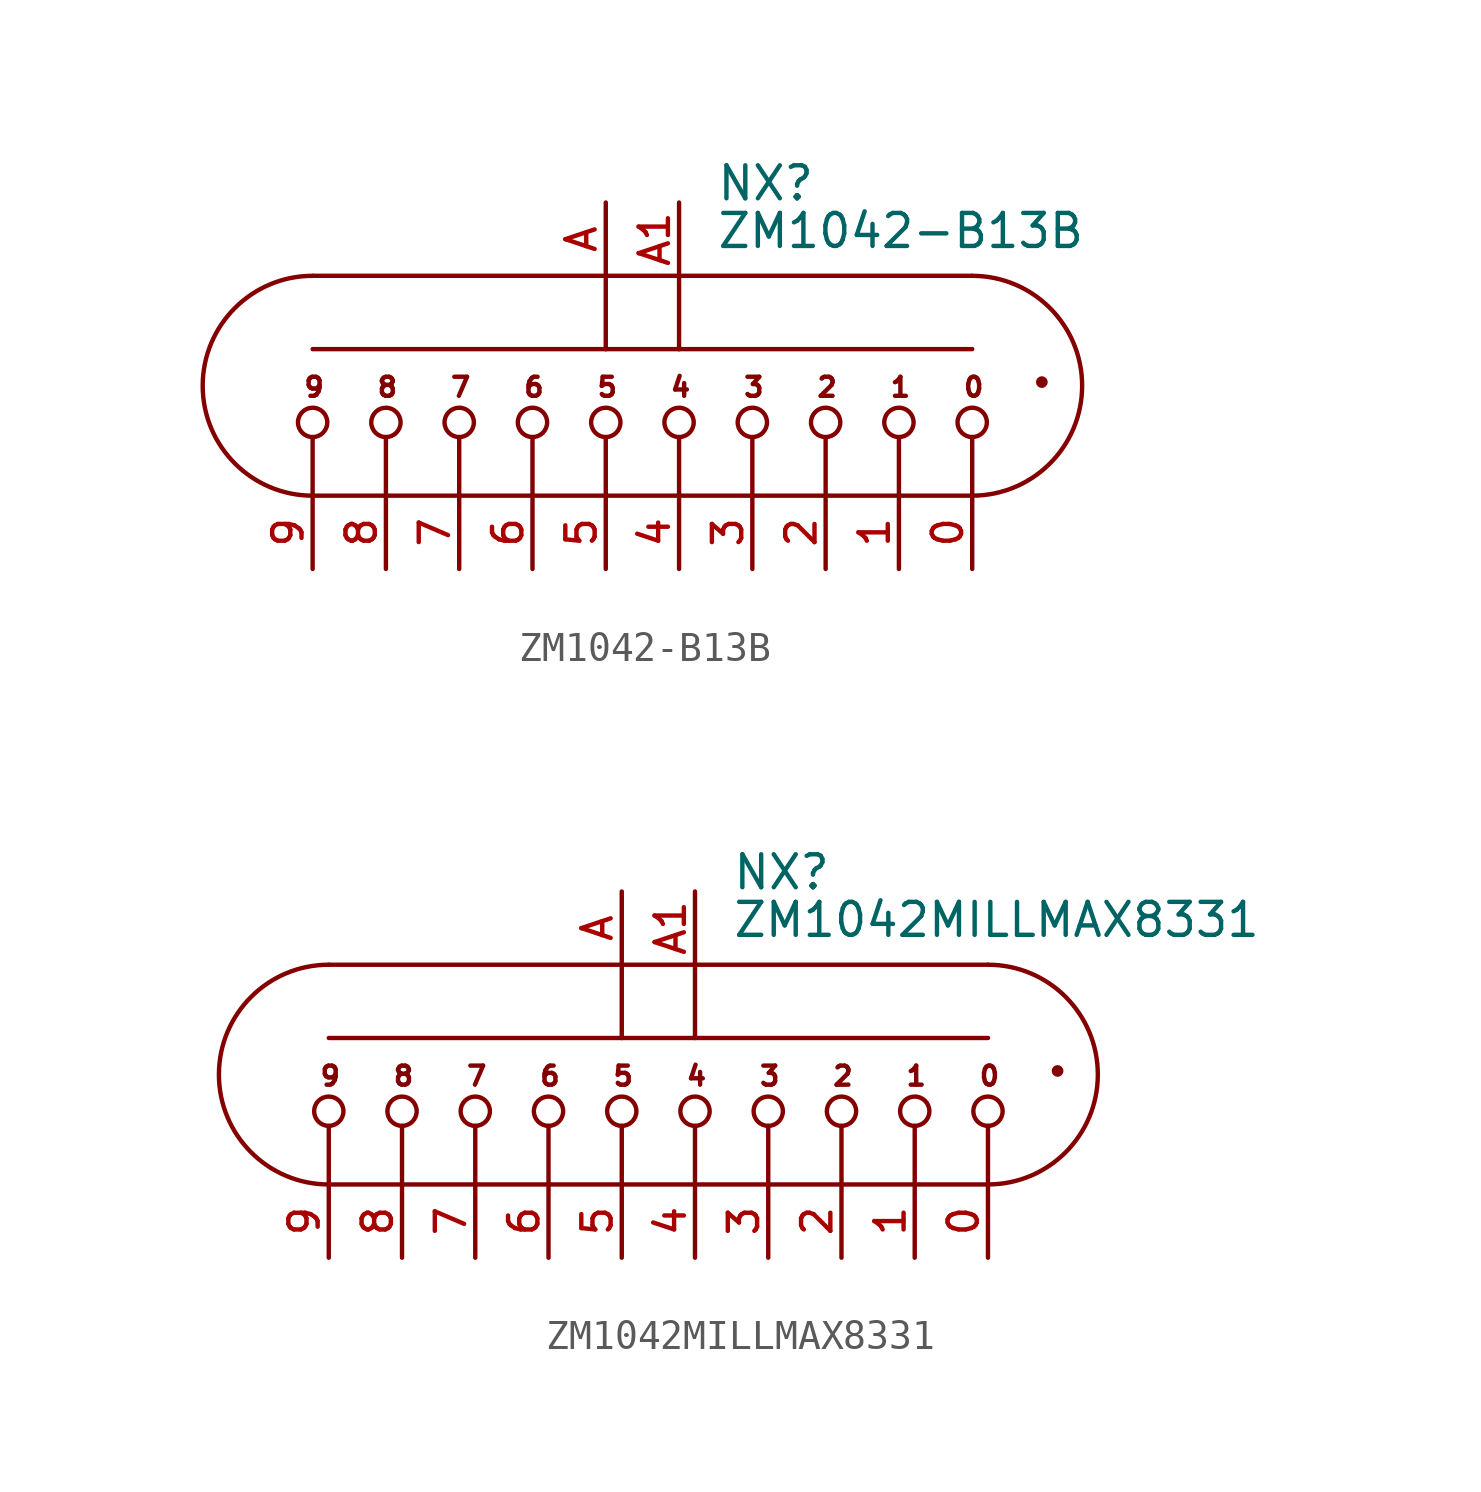
<source format=kicad_sym>
(kicad_symbol_lib
  (version 20220914)
  (generator kicad_symbol_editor)
  (symbol "ZM1042-B13B"
    (pin_names
      (offset 1.016) hide)
    (property "Reference" "NX"
      (at 3.81 5.08 0)
      (effects (font (size 1.143 1.143)) (justify left bottom)))
    (property "Value" "ZM1042-B13B"
      (at 3.81 3.429 0)
      (effects (font (size 1.143 1.143)) (justify left bottom)))
    (property "ki_locked" ""
      (at 0 0 0)
      (effects (font (size 1.27 1.27))))
    (symbol "ZM1042-B13B_1_0"
      (polyline (pts (xy -10.16 -5.08) (xy -10.16 -3.048)) (stroke (width 0) (type solid)) (fill (type none)))
      (polyline (pts (xy -10.16 -5.08) (xy -7.62 -5.08)) (stroke (width 0) (type solid)) (fill (type none)))
      (polyline (pts (xy -10.16 0) (xy 0 0)) (stroke (width 0) (type solid)) (fill (type none)))
      (polyline (pts (xy -10.16 2.54) (xy 0 2.54)) (stroke (width 0) (type solid)) (fill (type none)))
      (polyline (pts (xy -7.62 -5.08) (xy -7.62 -3.048)) (stroke (width 0) (type solid)) (fill (type none)))
      (polyline (pts (xy -7.62 -5.08) (xy -5.08 -5.08)) (stroke (width 0) (type solid)) (fill (type none)))
      (polyline (pts (xy -5.08 -5.08) (xy -5.08 -3.048)) (stroke (width 0) (type solid)) (fill (type none)))
      (polyline (pts (xy -5.08 -5.08) (xy -2.54 -5.08)) (stroke (width 0) (type solid)) (fill (type none)))
      (polyline (pts (xy -2.54 -5.08) (xy -2.54 -3.048)) (stroke (width 0) (type solid)) (fill (type none)))
      (polyline (pts (xy -2.54 -5.08) (xy 0 -5.08)) (stroke (width 0) (type solid)) (fill (type none)))
      (polyline (pts (xy 0 -5.08) (xy 0 -3.048)) (stroke (width 0) (type solid)) (fill (type none)))
      (polyline (pts (xy 0 -5.08) (xy 2.54 -5.08)) (stroke (width 0) (type solid)) (fill (type none)))
      (polyline (pts (xy 0 0) (xy 2.54 0)) (stroke (width 0) (type solid)) (fill (type none)))
      (polyline (pts (xy 0 2.54) (xy 0 0)) (stroke (width 0) (type solid)) (fill (type none)))
      (polyline (pts (xy 0 2.54) (xy 2.54 2.54)) (stroke (width 0) (type solid)) (fill (type none)))
      (polyline (pts (xy 2.54 -5.08) (xy 2.54 -3.048)) (stroke (width 0) (type solid)) (fill (type none)))
      (polyline (pts (xy 2.54 -5.08) (xy 5.08 -5.08)) (stroke (width 0) (type solid)) (fill (type none)))
      (polyline (pts (xy 2.54 0) (xy 12.7 0)) (stroke (width 0) (type solid)) (fill (type none)))
      (polyline (pts (xy 2.54 2.54) (xy 2.54 0)) (stroke (width 0) (type solid)) (fill (type none)))
      (polyline (pts (xy 2.54 2.54) (xy 12.7 2.54)) (stroke (width 0) (type solid)) (fill (type none)))
      (polyline (pts (xy 5.08 -5.08) (xy 5.08 -3.048)) (stroke (width 0) (type solid)) (fill (type none)))
      (polyline (pts (xy 5.08 -5.08) (xy 7.62 -5.08)) (stroke (width 0) (type solid)) (fill (type none)))
      (polyline (pts (xy 7.62 -5.08) (xy 7.62 -3.048)) (stroke (width 0) (type solid)) (fill (type none)))
      (polyline (pts (xy 7.62 -5.08) (xy 10.16 -5.08)) (stroke (width 0) (type solid)) (fill (type none)))
      (polyline (pts (xy 10.16 -5.08) (xy 10.16 -3.048)) (stroke (width 0) (type solid)) (fill (type none)))
      (polyline (pts (xy 10.16 -5.08) (xy 12.7 -5.08)) (stroke (width 0) (type solid)) (fill (type none)))
      (polyline (pts (xy 12.7 -5.08) (xy 12.7 -3.048)) (stroke (width 0) (type solid)) (fill (type none)))
      (text "0" (at 12.751 -1.321 0) (effects (font (size 0.66 0.66))))
      (text "1" (at 10.211 -1.321 0) (effects (font (size 0.66 0.66))))
      (text "2" (at 7.671 -1.321 0) (effects (font (size 0.66 0.66))))
      (text "3" (at 5.131 -1.321 0) (effects (font (size 0.66 0.66))))
      (text "4" (at 2.591 -1.321 0) (effects (font (size 0.66 0.66))))
      (text "5" (at 0.051 -1.321 0) (effects (font (size 0.66 0.66))))
      (text "6" (at -2.489 -1.321 0) (effects (font (size 0.66 0.66))))
      (text "7" (at -5.029 -1.321 0) (effects (font (size 0.66 0.66))))
      (text "8" (at -7.569 -1.321 0) (effects (font (size 0.66 0.66))))
      (text "9" (at -10.109 -1.321 0) (effects (font (size 0.66 0.66)))))
    (symbol "ZM1042-B13B_1_1"
      (circle (center -10.16 -2.54) (radius 0.508) (stroke (width 0) (type solid)) (fill (type none)))
      (arc (start -10.16 2.54) (mid -13.9534 -1.27) (end -10.16 -5.08) (stroke (width 0) (type solid)) (fill (type none)))
      (circle (center -7.62 -2.54) (radius 0.508) (stroke (width 0) (type solid)) (fill (type none)))
      (circle (center -5.08 -2.54) (radius 0.508) (stroke (width 0) (type solid)) (fill (type none)))
      (circle (center -2.54 -2.54) (radius 0.508) (stroke (width 0) (type solid)) (fill (type none)))
      (circle (center 0 -2.54) (radius 0.508) (stroke (width 0) (type solid)) (fill (type none)))
      (circle (center 2.54 -2.54) (radius 0.508) (stroke (width 0) (type solid)) (fill (type none)))
      (circle (center 5.08 -2.54) (radius 0.508) (stroke (width 0) (type solid)) (fill (type none)))
      (circle (center 7.62 -2.54) (radius 0.508) (stroke (width 0) (type solid)) (fill (type none)))
      (circle (center 10.16 -2.54) (radius 0.508) (stroke (width 0) (type solid)) (fill (type none)))
      (arc (start 12.7 -5.08) (mid 16.4934 -1.27) (end 12.7 2.54) (stroke (width 0) (type solid)) (fill (type none)))
      (circle (center 12.7 -2.54) (radius 0.508) (stroke (width 0) (type solid)) (fill (type none)))
      (circle (center 15.113 -1.143) (radius 0.127) (stroke (width 0) (type solid)) (fill (type outline)))
      (pin passive line (at 12.7 -7.62 90) (length 2.54) (name "0" (effects (font (size 1.016 1.016)))) (number "0" (effects (font (size 1.016 1.016)))))
      (pin passive line (at 10.16 -7.62 90) (length 2.54) (name "1" (effects (font (size 1.016 1.016)))) (number "1" (effects (font (size 1.016 1.016)))))
      (pin passive line (at 7.62 -7.62 90) (length 2.54) (name "2" (effects (font (size 1.016 1.016)))) (number "2" (effects (font (size 1.016 1.016)))))
      (pin passive line (at 5.08 -7.62 90) (length 2.54) (name "3" (effects (font (size 1.016 1.016)))) (number "3" (effects (font (size 1.016 1.016)))))
      (pin passive line (at 2.54 -7.62 90) (length 2.54) (name "4" (effects (font (size 1.016 1.016)))) (number "4" (effects (font (size 1.016 1.016)))))
      (pin passive line (at 0 -7.62 90) (length 2.54) (name "5" (effects (font (size 1.016 1.016)))) (number "5" (effects (font (size 1.016 1.016)))))
      (pin passive line (at -2.54 -7.62 90) (length 2.54) (name "6" (effects (font (size 1.016 1.016)))) (number "6" (effects (font (size 1.016 1.016)))))
      (pin passive line (at -5.08 -7.62 90) (length 2.54) (name "7" (effects (font (size 1.016 1.016)))) (number "7" (effects (font (size 1.016 1.016)))))
      (pin passive line (at -7.62 -7.62 90) (length 2.54) (name "8" (effects (font (size 1.016 1.016)))) (number "8" (effects (font (size 1.016 1.016)))))
      (pin passive line (at -10.16 -7.62 90) (length 2.54) (name "9" (effects (font (size 1.016 1.016)))) (number "9" (effects (font (size 1.016 1.016)))))
      (pin passive line (at 0 5.08 270) (length 2.54) (name "A1" (effects (font (size 1.016 1.016)))) (number "A" (effects (font (size 1.016 1.016)))))
      (pin passive line (at 2.54 5.08 270) (length 2.54) (name "A2" (effects (font (size 1.016 1.016)))) (number "A1" (effects (font (size 1.016 1.016)))))))
  (symbol "ZM1042MILLMAX8331"
    (pin_names
      (offset 1.016) hide)
    (property "Reference" "NX"
      (at 3.81 5.08 0)
      (effects (font (size 1.143 1.143)) (justify left bottom)))
    (property "Value" "ZM1042MILLMAX8331"
      (at 3.81 3.429 0)
      (effects (font (size 1.143 1.143)) (justify left bottom)))
    (property "ki_locked" ""
      (at 0 0 0)
      (effects (font (size 1.27 1.27))))
    (symbol "ZM1042MILLMAX8331_1_0"
      (polyline (pts (xy -10.16 -5.08) (xy -10.16 -3.048)) (stroke (width 0) (type solid)) (fill (type none)))
      (polyline (pts (xy -10.16 -5.08) (xy -7.62 -5.08)) (stroke (width 0) (type solid)) (fill (type none)))
      (polyline (pts (xy -10.16 0) (xy 0 0)) (stroke (width 0) (type solid)) (fill (type none)))
      (polyline (pts (xy -10.16 2.54) (xy 0 2.54)) (stroke (width 0) (type solid)) (fill (type none)))
      (polyline (pts (xy -7.62 -5.08) (xy -7.62 -3.048)) (stroke (width 0) (type solid)) (fill (type none)))
      (polyline (pts (xy -7.62 -5.08) (xy -5.08 -5.08)) (stroke (width 0) (type solid)) (fill (type none)))
      (polyline (pts (xy -5.08 -5.08) (xy -5.08 -3.048)) (stroke (width 0) (type solid)) (fill (type none)))
      (polyline (pts (xy -5.08 -5.08) (xy -2.54 -5.08)) (stroke (width 0) (type solid)) (fill (type none)))
      (polyline (pts (xy -2.54 -5.08) (xy -2.54 -3.048)) (stroke (width 0) (type solid)) (fill (type none)))
      (polyline (pts (xy -2.54 -5.08) (xy 0 -5.08)) (stroke (width 0) (type solid)) (fill (type none)))
      (polyline (pts (xy 0 -5.08) (xy 0 -3.048)) (stroke (width 0) (type solid)) (fill (type none)))
      (polyline (pts (xy 0 -5.08) (xy 2.54 -5.08)) (stroke (width 0) (type solid)) (fill (type none)))
      (polyline (pts (xy 0 0) (xy 2.54 0)) (stroke (width 0) (type solid)) (fill (type none)))
      (polyline (pts (xy 0 2.54) (xy 0 0)) (stroke (width 0) (type solid)) (fill (type none)))
      (polyline (pts (xy 0 2.54) (xy 2.54 2.54)) (stroke (width 0) (type solid)) (fill (type none)))
      (polyline (pts (xy 2.54 -5.08) (xy 2.54 -3.048)) (stroke (width 0) (type solid)) (fill (type none)))
      (polyline (pts (xy 2.54 -5.08) (xy 5.08 -5.08)) (stroke (width 0) (type solid)) (fill (type none)))
      (polyline (pts (xy 2.54 0) (xy 12.7 0)) (stroke (width 0) (type solid)) (fill (type none)))
      (polyline (pts (xy 2.54 2.54) (xy 2.54 0)) (stroke (width 0) (type solid)) (fill (type none)))
      (polyline (pts (xy 2.54 2.54) (xy 12.7 2.54)) (stroke (width 0) (type solid)) (fill (type none)))
      (polyline (pts (xy 5.08 -5.08) (xy 5.08 -3.048)) (stroke (width 0) (type solid)) (fill (type none)))
      (polyline (pts (xy 5.08 -5.08) (xy 7.62 -5.08)) (stroke (width 0) (type solid)) (fill (type none)))
      (polyline (pts (xy 7.62 -5.08) (xy 7.62 -3.048)) (stroke (width 0) (type solid)) (fill (type none)))
      (polyline (pts (xy 7.62 -5.08) (xy 10.16 -5.08)) (stroke (width 0) (type solid)) (fill (type none)))
      (polyline (pts (xy 10.16 -5.08) (xy 10.16 -3.048)) (stroke (width 0) (type solid)) (fill (type none)))
      (polyline (pts (xy 10.16 -5.08) (xy 12.7 -5.08)) (stroke (width 0) (type solid)) (fill (type none)))
      (polyline (pts (xy 12.7 -5.08) (xy 12.7 -3.048)) (stroke (width 0) (type solid)) (fill (type none)))
      (text "0" (at 12.751 -1.321 0) (effects (font (size 0.66 0.66))))
      (text "1" (at 10.211 -1.321 0) (effects (font (size 0.66 0.66))))
      (text "2" (at 7.671 -1.321 0) (effects (font (size 0.66 0.66))))
      (text "3" (at 5.131 -1.321 0) (effects (font (size 0.66 0.66))))
      (text "4" (at 2.591 -1.321 0) (effects (font (size 0.66 0.66))))
      (text "5" (at 0.051 -1.321 0) (effects (font (size 0.66 0.66))))
      (text "6" (at -2.489 -1.321 0) (effects (font (size 0.66 0.66))))
      (text "7" (at -5.029 -1.321 0) (effects (font (size 0.66 0.66))))
      (text "8" (at -7.569 -1.321 0) (effects (font (size 0.66 0.66))))
      (text "9" (at -10.109 -1.321 0) (effects (font (size 0.66 0.66)))))
    (symbol "ZM1042MILLMAX8331_1_1"
      (circle (center -10.16 -2.54) (radius 0.508) (stroke (width 0) (type solid)) (fill (type none)))
      (arc (start -10.16 2.54) (mid -13.9534 -1.27) (end -10.16 -5.08) (stroke (width 0) (type solid)) (fill (type none)))
      (circle (center -7.62 -2.54) (radius 0.508) (stroke (width 0) (type solid)) (fill (type none)))
      (circle (center -5.08 -2.54) (radius 0.508) (stroke (width 0) (type solid)) (fill (type none)))
      (circle (center -2.54 -2.54) (radius 0.508) (stroke (width 0) (type solid)) (fill (type none)))
      (circle (center 0 -2.54) (radius 0.508) (stroke (width 0) (type solid)) (fill (type none)))
      (circle (center 2.54 -2.54) (radius 0.508) (stroke (width 0) (type solid)) (fill (type none)))
      (circle (center 5.08 -2.54) (radius 0.508) (stroke (width 0) (type solid)) (fill (type none)))
      (circle (center 7.62 -2.54) (radius 0.508) (stroke (width 0) (type solid)) (fill (type none)))
      (circle (center 10.16 -2.54) (radius 0.508) (stroke (width 0) (type solid)) (fill (type none)))
      (arc (start 12.7 -5.08) (mid 16.4934 -1.27) (end 12.7 2.54) (stroke (width 0) (type solid)) (fill (type none)))
      (circle (center 12.7 -2.54) (radius 0.508) (stroke (width 0) (type solid)) (fill (type none)))
      (circle (center 15.113 -1.143) (radius 0.127) (stroke (width 0) (type solid)) (fill (type outline)))
      (pin passive line (at 12.7 -7.62 90) (length 2.54) (name "0" (effects (font (size 1.016 1.016)))) (number "0" (effects (font (size 1.016 1.016)))))
      (pin passive line (at 10.16 -7.62 90) (length 2.54) (name "1" (effects (font (size 1.016 1.016)))) (number "1" (effects (font (size 1.016 1.016)))))
      (pin passive line (at 7.62 -7.62 90) (length 2.54) (name "2" (effects (font (size 1.016 1.016)))) (number "2" (effects (font (size 1.016 1.016)))))
      (pin passive line (at 5.08 -7.62 90) (length 2.54) (name "3" (effects (font (size 1.016 1.016)))) (number "3" (effects (font (size 1.016 1.016)))))
      (pin passive line (at 2.54 -7.62 90) (length 2.54) (name "4" (effects (font (size 1.016 1.016)))) (number "4" (effects (font (size 1.016 1.016)))))
      (pin passive line (at 0 -7.62 90) (length 2.54) (name "5" (effects (font (size 1.016 1.016)))) (number "5" (effects (font (size 1.016 1.016)))))
      (pin passive line (at -2.54 -7.62 90) (length 2.54) (name "6" (effects (font (size 1.016 1.016)))) (number "6" (effects (font (size 1.016 1.016)))))
      (pin passive line (at -5.08 -7.62 90) (length 2.54) (name "7" (effects (font (size 1.016 1.016)))) (number "7" (effects (font (size 1.016 1.016)))))
      (pin passive line (at -7.62 -7.62 90) (length 2.54) (name "8" (effects (font (size 1.016 1.016)))) (number "8" (effects (font (size 1.016 1.016)))))
      (pin passive line (at -10.16 -7.62 90) (length 2.54) (name "9" (effects (font (size 1.016 1.016)))) (number "9" (effects (font (size 1.016 1.016)))))
      (pin passive line (at 0 5.08 270) (length 2.54) (name "A1" (effects (font (size 1.016 1.016)))) (number "A" (effects (font (size 1.016 1.016)))))
      (pin passive line (at 2.54 5.08 270) (length 2.54) (name "A2" (effects (font (size 1.016 1.016)))) (number "A1" (effects (font (size 1.016 1.016))))))))
</source>
